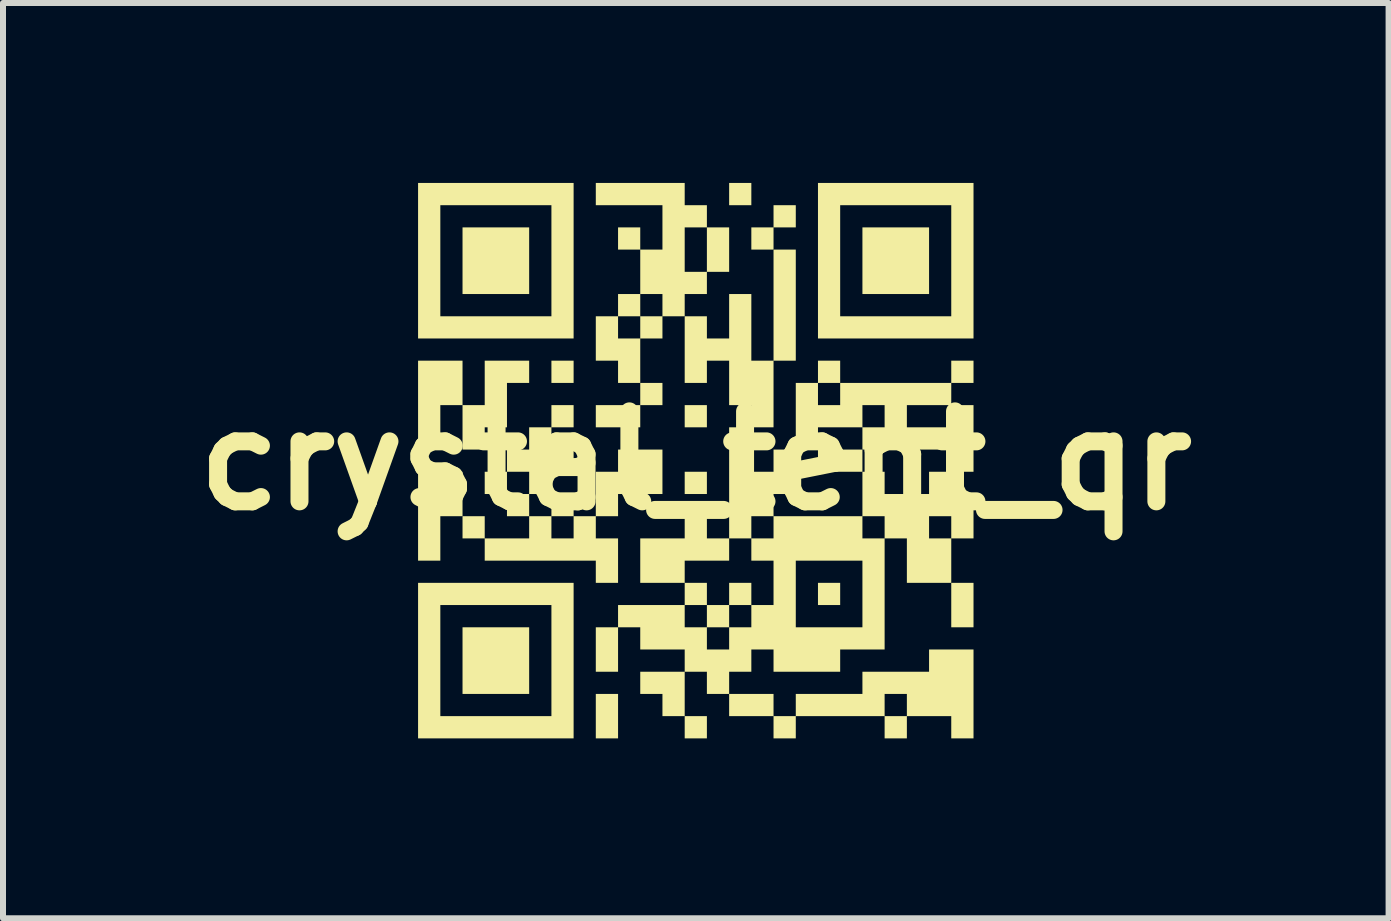
<source format=kicad_pcb>
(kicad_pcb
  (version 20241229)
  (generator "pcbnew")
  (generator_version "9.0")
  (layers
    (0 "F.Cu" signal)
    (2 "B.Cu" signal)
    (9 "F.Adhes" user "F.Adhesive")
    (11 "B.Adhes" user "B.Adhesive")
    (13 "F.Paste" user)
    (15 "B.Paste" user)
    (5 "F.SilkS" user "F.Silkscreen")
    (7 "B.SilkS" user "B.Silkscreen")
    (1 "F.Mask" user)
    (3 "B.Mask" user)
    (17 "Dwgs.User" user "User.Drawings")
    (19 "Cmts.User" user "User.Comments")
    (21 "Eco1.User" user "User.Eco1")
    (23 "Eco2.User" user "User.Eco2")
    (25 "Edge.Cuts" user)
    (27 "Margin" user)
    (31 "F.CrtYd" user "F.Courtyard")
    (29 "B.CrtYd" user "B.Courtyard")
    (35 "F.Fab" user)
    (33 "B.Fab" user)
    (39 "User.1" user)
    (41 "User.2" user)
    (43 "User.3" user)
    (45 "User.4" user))
  (footprint "crystal_tent_qr"
    (layer "F.Cu")
    (at 8.55 4.63)
    (property "Reference" "crystal_tent_qr" (at 0 0 0) (layer "F.SilkS") (effects (font (size 1.5 1.5) (thickness 0.3))))
    (attr board_only exclude_from_pos_files exclude_from_bom)
    (fp_poly (pts (xy -2.778 -3.333) (xy -2.778 -2.778) (xy -3.333 -2.778) (xy -3.889 -2.778) (xy -3.889 -3.333) (xy -3.889 -3.889) (xy -3.333 -3.889) (xy -2.778 -3.889)) (stroke (width 0) (type solid)) (fill yes) (layer "F.SilkS"))
    (fp_poly (pts (xy -2.778 3.333) (xy -2.778 3.889) (xy -3.333 3.889) (xy -3.889 3.889) (xy -3.889 3.333) (xy -3.889 2.778) (xy -3.333 2.778) (xy -2.778 2.778)) (stroke (width 0) (type solid)) (fill yes) (layer "F.SilkS"))
    (fp_poly (pts (xy -2.037 -1.482) (xy -2.037 -1.296) (xy -2.222 -1.296) (xy -2.407 -1.296) (xy -2.407 -1.482) (xy -2.407 -1.667) (xy -2.222 -1.667) (xy -2.037 -1.667)) (stroke (width 0) (type solid)) (fill yes) (layer "F.SilkS"))
    (fp_poly (pts (xy -1.296 4.259) (xy -1.296 4.63) (xy -1.482 4.63) (xy -1.667 4.63) (xy -1.667 4.259) (xy -1.667 3.889) (xy -1.482 3.889) (xy -1.296 3.889)) (stroke (width 0) (type solid)) (fill yes) (layer "F.SilkS"))
    (fp_poly (pts (xy 0.185 -0.741) (xy 0.185 -0.556) (xy 0 -0.556) (xy -0.185 -0.556) (xy -0.185 -0.741) (xy -0.185 -0.926) (xy 0 -0.926) (xy 0.185 -0.926)) (stroke (width 0) (type solid)) (fill yes) (layer "F.SilkS"))
    (fp_poly (pts (xy 0.185 0.37) (xy 0.185 0.556) (xy 0 0.556) (xy -0.185 0.556) (xy -0.185 0.37) (xy -0.185 0.185) (xy 0 0.185) (xy 0.185 0.185)) (stroke (width 0) (type solid)) (fill yes) (layer "F.SilkS"))
    (fp_poly (pts (xy 0.185 4.445) (xy 0.185 4.63) (xy 0 4.63) (xy -0.185 4.63) (xy -0.185 4.445) (xy -0.185 4.259) (xy 0 4.259) (xy 0.185 4.259)) (stroke (width 0) (type solid)) (fill yes) (layer "F.SilkS"))
    (fp_poly (pts (xy 0.926 -4.445) (xy 0.926 -4.259) (xy 0.741 -4.259) (xy 0.556 -4.259) (xy 0.556 -4.445) (xy 0.556 -4.63) (xy 0.741 -4.63) (xy 0.926 -4.63)) (stroke (width 0) (type solid)) (fill yes) (layer "F.SilkS"))
    (fp_poly (pts (xy 2.407 2.222) (xy 2.407 2.407) (xy 2.222 2.407) (xy 2.037 2.407) (xy 2.037 2.222) (xy 2.037 2.037) (xy 2.222 2.037) (xy 2.407 2.037)) (stroke (width 0) (type solid)) (fill yes) (layer "F.SilkS"))
    (fp_poly (pts (xy 2.778 0) (xy 2.778 0.185) (xy 2.407 0.185) (xy 2.037 0.185) (xy 2.037 0) (xy 2.037 -0.185) (xy 2.407 -0.185) (xy 2.778 -0.185)) (stroke (width 0) (type solid)) (fill yes) (layer "F.SilkS"))
    (fp_poly (pts (xy 3.889 -3.333) (xy 3.889 -2.778) (xy 3.333 -2.778) (xy 2.778 -2.778) (xy 2.778 -3.333) (xy 2.778 -3.889) (xy 3.333 -3.889) (xy 3.889 -3.889)) (stroke (width 0) (type solid)) (fill yes) (layer "F.SilkS"))
    (fp_poly (pts (xy 4.63 2.407) (xy 4.63 2.778) (xy 4.445 2.778) (xy 4.259 2.778) (xy 4.259 2.407) (xy 4.259 2.037) (xy 4.445 2.037) (xy 4.63 2.037)) (stroke (width 0) (type solid)) (fill yes) (layer "F.SilkS"))
    (fp_poly (pts (xy -3.889 0.556) (xy -3.889 0.926) (xy -4.074 0.926) (xy -4.259 0.926) (xy -4.259 1.296) (xy -4.259 1.667) (xy -4.445 1.667) (xy -4.63 1.667) (xy -4.63 0.926) (xy -4.63 0.185) (xy -4.259 0.185) (xy -3.889 0.185)) (stroke (width 0) (type solid)) (fill yes) (layer "F.SilkS"))
    (fp_poly (pts (xy -0.556 -1.111) (xy -0.556 -0.926) (xy -0.741 -0.926) (xy -0.926 -0.926) (xy -0.926 -0.741) (xy -0.926 -0.556) (xy -1.296 -0.556) (xy -1.667 -0.556) (xy -1.667 -0.741) (xy -1.667 -0.926) (xy -1.296 -0.926) (xy -0.926 -0.926) (xy -0.926 -1.111) (xy -0.926 -1.296) (xy -0.741 -1.296) (xy -0.556 -1.296)) (stroke (width 0) (type solid)) (fill yes) (layer "F.SilkS"))
    (fp_poly (pts (xy 0.926 2.222) (xy 0.926 2.407) (xy 0.741 2.407) (xy 0.556 2.407) (xy 0.556 2.593) (xy 0.556 2.778) (xy 0.37 2.778) (xy 0.185 2.778) (xy 0.185 2.593) (xy 0.185 2.407) (xy 0.37 2.407) (xy 0.556 2.407) (xy 0.556 2.222) (xy 0.556 2.037) (xy 0.741 2.037) (xy 0.926 2.037)) (stroke (width 0) (type solid)) (fill yes) (layer "F.SilkS"))
    (fp_poly (pts (xy 1.667 -4.074) (xy 1.667 -3.889) (xy 1.482 -3.889) (xy 1.296 -3.889) (xy 1.296 -3.704) (xy 1.296 -3.519) (xy 1.111 -3.519) (xy 0.926 -3.519) (xy 0.926 -3.704) (xy 0.926 -3.889) (xy 1.111 -3.889) (xy 1.296 -3.889) (xy 1.296 -4.074) (xy 1.296 -4.259) (xy 1.482 -4.259) (xy 1.667 -4.259)) (stroke (width 0) (type solid)) (fill yes) (layer "F.SilkS"))
    (fp_poly (pts (xy -2.037 -3.333) (xy -2.037 -2.037) (xy -3.333 -2.037) (xy -4.63 -2.037) (xy -4.63 -3.333) (xy -4.63 -4.259) (xy -4.259 -4.259) (xy -4.259 -3.333) (xy -4.259 -2.407) (xy -3.333 -2.407) (xy -2.407 -2.407) (xy -2.407 -3.333) (xy -2.407 -4.259) (xy -3.333 -4.259) (xy -4.259 -4.259) (xy -4.63 -4.259) (xy -4.63 -4.63) (xy -3.333 -4.63) (xy -2.037 -4.63)) (stroke (width 0) (type solid)) (fill yes) (layer "F.SilkS"))
    (fp_poly (pts (xy -2.037 3.333) (xy -2.037 4.63) (xy -3.333 4.63) (xy -4.63 4.63) (xy -4.63 3.333) (xy -4.63 2.407) (xy -4.259 2.407) (xy -4.259 3.333) (xy -4.259 4.259) (xy -3.333 4.259) (xy -2.407 4.259) (xy -2.407 3.333) (xy -2.407 2.407) (xy -3.333 2.407) (xy -4.259 2.407) (xy -4.63 2.407) (xy -4.63 2.037) (xy -3.333 2.037) (xy -2.037 2.037)) (stroke (width 0) (type solid)) (fill yes) (layer "F.SilkS"))
    (fp_poly (pts (xy 4.63 -3.333) (xy 4.63 -2.037) (xy 3.333 -2.037) (xy 2.037 -2.037) (xy 2.037 -3.333) (xy 2.037 -4.259) (xy 2.407 -4.259) (xy 2.407 -3.333) (xy 2.407 -2.407) (xy 3.333 -2.407) (xy 4.259 -2.407) (xy 4.259 -3.333) (xy 4.259 -4.259) (xy 3.333 -4.259) (xy 2.407 -4.259) (xy 2.037 -4.259) (xy 2.037 -4.63) (xy 3.333 -4.63) (xy 4.63 -4.63)) (stroke (width 0) (type solid)) (fill yes) (layer "F.SilkS"))
    (fp_poly (pts (xy -3.889 -1.296) (xy -3.889 -0.926) (xy -3.704 -0.926) (xy -3.519 -0.926) (xy -3.519 -1.296) (xy -3.519 -1.667) (xy -3.148 -1.667) (xy -2.778 -1.667) (xy -2.778 -1.482) (xy -2.778 -1.296) (xy -2.963 -1.296) (xy -3.148 -1.296) (xy -3.148 -0.926) (xy -3.148 -0.556) (xy -3.333 -0.556) (xy -3.519 -0.556) (xy -3.519 -0.37) (xy -3.519 -0.185) (xy -3.704 -0.185) (xy -3.889 -0.185) (xy -3.889 -0.556) (xy -3.889 -0.926) (xy -4.074 -0.926) (xy -4.259 -0.926) (xy -4.259 -0.556) (xy -4.259 -0.185) (xy -4.445 -0.185) (xy -4.63 -0.185) (xy -4.63 -0.926) (xy -4.63 -1.667) (xy -4.259 -1.667) (xy -3.889 -1.667)) (stroke (width 0) (type solid)) (fill yes) (layer "F.SilkS"))
    (fp_poly (pts (xy 4.63 3.889) (xy 4.63 4.63) (xy 4.445 4.63) (xy 4.259 4.63) (xy 4.259 4.445) (xy 4.259 4.259) (xy 3.889 4.259) (xy 3.519 4.259) (xy 3.519 4.445) (xy 3.519 4.63) (xy 3.333 4.63) (xy 3.148 4.63) (xy 3.148 4.445) (xy 3.148 4.259) (xy 2.407 4.259) (xy 1.667 4.259) (xy 1.667 4.445) (xy 1.667 4.63) (xy 1.482 4.63) (xy 1.296 4.63) (xy 1.296 4.445) (xy 1.296 4.259) (xy 0.926 4.259) (xy 0.556 4.259) (xy 0.556 4.074) (xy 0.556 3.889) (xy 0.926 3.889) (xy 1.296 3.889) (xy 1.296 4.074) (xy 1.296 4.259) (xy 1.482 4.259) (xy 1.667 4.259) (xy 1.667 4.074) (xy 1.667 3.889) (xy 2.222 3.889) (xy 2.778 3.889) (xy 3.148 3.889) (xy 3.148 4.074) (xy 3.148 4.259) (xy 3.333 4.259) (xy 3.519 4.259) (xy 3.519 4.074) (xy 3.519 3.889) (xy 3.333 3.889) (xy 3.148 3.889) (xy 2.778 3.889) (xy 2.778 3.704) (xy 2.778 3.519) (xy 3.333 3.519) (xy 3.889 3.519) (xy 3.889 3.333) (xy 3.889 3.148) (xy 4.259 3.148) (xy 4.63 3.148)) (stroke (width 0) (type solid)) (fill yes) (layer "F.SilkS"))
    (fp_poly (pts (xy -0.185 -4.445) (xy -0.185 -4.259) (xy 0 -4.259) (xy 0.185 -4.259) (xy 0.185 -4.074) (xy 0.185 -3.889) (xy 0 -3.889) (xy -0.185 -3.889) (xy -0.185 -3.519) (xy -0.185 -3.148) (xy 0 -3.148) (xy 0.185 -3.148) (xy 0.185 -3.519) (xy 0.185 -3.889) (xy 0.37 -3.889) (xy 0.556 -3.889) (xy 0.556 -3.519) (xy 0.556 -3.148) (xy 0.37 -3.148) (xy 0.185 -3.148) (xy 0.185 -2.963) (xy 0.185 -2.778) (xy 0 -2.778) (xy -0.185 -2.778) (xy -0.185 -2.593) (xy -0.185 -2.407) (xy -0.37 -2.407) (xy -0.556 -2.407) (xy -0.556 -2.222) (xy -0.556 -2.037) (xy -0.741 -2.037) (xy -0.926 -2.037) (xy -0.926 -1.667) (xy -0.926 -1.296) (xy -1.111 -1.296) (xy -1.296 -1.296) (xy -1.296 -1.482) (xy -1.296 -1.667) (xy -1.482 -1.667) (xy -1.667 -1.667) (xy -1.667 -2.037) (xy -1.296 -2.037) (xy -1.111 -2.037) (xy -0.926 -2.037) (xy -0.926 -2.222) (xy -0.926 -2.407) (xy -0.741 -2.407) (xy -0.556 -2.407) (xy -0.556 -2.593) (xy -0.556 -2.778) (xy -0.741 -2.778) (xy -0.926 -2.778) (xy -0.926 -2.593) (xy -0.926 -2.407) (xy -1.111 -2.407) (xy -1.296 -2.407) (xy -1.296 -2.222) (xy -1.296 -2.037) (xy -1.667 -2.037) (xy -1.667 -2.407) (xy -1.482 -2.407) (xy -1.296 -2.407) (xy -1.296 -2.593) (xy -1.296 -2.778) (xy -1.111 -2.778) (xy -0.926 -2.778) (xy -0.926 -3.148) (xy -0.926 -3.519) (xy -1.111 -3.519) (xy -1.296 -3.519) (xy -1.296 -3.704) (xy -1.296 -3.889) (xy -1.111 -3.889) (xy -0.926 -3.889) (xy -0.926 -3.704) (xy -0.926 -3.519) (xy -0.741 -3.519) (xy -0.556 -3.519) (xy -0.556 -3.889) (xy -0.556 -4.259) (xy -1.111 -4.259) (xy -1.667 -4.259) (xy -1.667 -4.445) (xy -1.667 -4.63) (xy -0.926 -4.63) (xy -0.185 -4.63)) (stroke (width 0) (type solid)) (fill yes) (layer "F.SilkS"))
    (fp_poly (pts (xy -2.037 -0.741) (xy -2.037 -0.556) (xy -2.222 -0.556) (xy -2.407 -0.556) (xy -2.407 -0.37) (xy -2.407 -0.185) (xy -2.222 -0.185) (xy -2.037 -0.185) (xy -2.037 0) (xy -2.037 0.185) (xy -2.222 0.185) (xy -2.407 0.185) (xy -2.407 0.37) (xy -2.407 0.556) (xy -2.593 0.556) (xy -2.778 0.556) (xy -2.778 0.741) (xy -2.778 0.926) (xy -2.593 0.926) (xy -2.407 0.926) (xy -2.407 1.111) (xy -2.407 1.296) (xy -2.222 1.296) (xy -2.037 1.296) (xy -2.037 1.111) (xy -2.037 0.926) (xy -2.222 0.926) (xy -2.407 0.926) (xy -2.407 0.741) (xy -2.407 0.556) (xy -2.222 0.556) (xy -2.037 0.556) (xy -2.037 0.741) (xy -2.037 0.926) (xy -1.852 0.926) (xy -1.667 0.926) (xy -1.667 0.556) (xy -1.667 0.185) (xy -1.482 0.185) (xy -1.296 0.185) (xy -1.296 0) (xy -1.296 -0.185) (xy -0.926 -0.185) (xy -0.556 -0.185) (xy -0.556 0.185) (xy -0.556 0.556) (xy -0.926 0.556) (xy -1.296 0.556) (xy -1.296 0.741) (xy -1.296 0.926) (xy -1.482 0.926) (xy -1.667 0.926) (xy -1.667 1.111) (xy -1.667 1.296) (xy -1.482 1.296) (xy -1.296 1.296) (xy -1.296 1.667) (xy -1.296 2.037) (xy -1.482 2.037) (xy -1.667 2.037) (xy -1.667 1.852) (xy -1.667 1.667) (xy -2.593 1.667) (xy -3.519 1.667) (xy -3.519 1.482) (xy -3.519 1.296) (xy -3.704 1.296) (xy -3.889 1.296) (xy -3.889 1.111) (xy -3.889 0.926) (xy -3.704 0.926) (xy -3.519 0.926) (xy -3.519 1.111) (xy -3.519 1.296) (xy -3.148 1.296) (xy -2.778 1.296) (xy -2.778 1.111) (xy -2.778 0.926) (xy -2.963 0.926) (xy -3.148 0.926) (xy -3.148 0.741) (xy -3.148 0.556) (xy -3.333 0.556) (xy -3.519 0.556) (xy -3.519 0.37) (xy -3.519 0.185) (xy -3.333 0.185) (xy -3.148 0.185) (xy -3.148 0.37) (xy -3.148 0.556) (xy -2.963 0.556) (xy -2.778 0.556) (xy -2.778 0.37) (xy -2.778 0.185) (xy -2.963 0.185) (xy -3.148 0.185) (xy -3.148 0) (xy -3.148 -0.185) (xy -2.963 -0.185) (xy -2.778 -0.185) (xy -2.778 -0.37) (xy -2.778 -0.556) (xy -2.593 -0.556) (xy -2.407 -0.556) (xy -2.407 -0.741) (xy -2.407 -0.926) (xy -2.222 -0.926) (xy -2.037 -0.926)) (stroke (width 0) (type solid)) (fill yes) (layer "F.SilkS"))
    (fp_poly (pts (xy 1.667 -2.593) (xy 1.667 -1.667) (xy 1.482 -1.667) (xy 1.296 -1.667) (xy 1.296 -1.111) (xy 1.296 -0.556) (xy 1.111 -0.556) (xy 0.926 -0.556) (xy 0.926 -0.185) (xy 0.926 0.185) (xy 1.111 0.185) (xy 1.296 0.185) (xy 1.296 0) (xy 1.296 -0.185) (xy 1.482 -0.185) (xy 1.667 -0.185) (xy 1.667 -0.741) (xy 1.667 -1.296) (xy 1.852 -1.296) (xy 2.037 -1.296) (xy 2.037 -1.111) (xy 2.037 -0.926) (xy 2.222 -0.926) (xy 2.407 -0.926) (xy 2.407 -1.111) (xy 2.407 -1.296) (xy 2.222 -1.296) (xy 2.037 -1.296) (xy 2.037 -1.482) (xy 2.037 -1.667) (xy 2.222 -1.667) (xy 2.407 -1.667) (xy 2.407 -1.482) (xy 2.407 -1.296) (xy 3.333 -1.296) (xy 4.259 -1.296) (xy 4.259 -1.482) (xy 4.259 -1.667) (xy 4.445 -1.667) (xy 4.63 -1.667) (xy 4.63 -1.482) (xy 4.63 -1.296) (xy 4.445 -1.296) (xy 4.259 -1.296) (xy 4.259 -1.111) (xy 4.259 -0.926) (xy 3.889 -0.926) (xy 3.519 -0.926) (xy 3.519 -0.741) (xy 3.519 -0.556) (xy 3.889 -0.556) (xy 4.259 -0.556) (xy 4.259 -0.741) (xy 4.259 -0.926) (xy 4.445 -0.926) (xy 4.63 -0.926) (xy 4.63 -0.37) (xy 4.63 0.185) (xy 4.445 0.185) (xy 4.259 0.185) (xy 4.259 0.37) (xy 4.259 0.556) (xy 4.445 0.556) (xy 4.63 0.556) (xy 4.63 0.926) (xy 4.63 1.296) (xy 4.445 1.296) (xy 4.259 1.296) (xy 4.259 1.667) (xy 4.259 2.037) (xy 3.889 2.037) (xy 3.519 2.037) (xy 3.519 1.667) (xy 3.519 1.296) (xy 3.333 1.296) (xy 3.148 1.296) (xy 3.148 2.222) (xy 3.148 3.148) (xy 2.778 3.148) (xy 2.407 3.148) (xy 2.407 3.333) (xy 2.407 3.519) (xy 1.852 3.519) (xy 1.296 3.519) (xy 1.296 3.333) (xy 1.296 3.148) (xy 1.111 3.148) (xy 0.926 3.148) (xy 0.926 3.333) (xy 0.926 3.519) (xy 0.741 3.519) (xy 0.556 3.519) (xy 0.556 3.704) (xy 0.556 3.889) (xy 0.37 3.889) (xy 0.185 3.889) (xy 0.185 3.704) (xy 0.185 3.519) (xy 0 3.519) (xy -0.185 3.519) (xy -0.185 3.889) (xy -0.185 4.259) (xy -0.37 4.259) (xy -0.556 4.259) (xy -0.556 4.074) (xy -0.556 3.889) (xy -0.741 3.889) (xy -0.926 3.889) (xy -0.926 3.704) (xy -0.926 3.519) (xy -0.556 3.519) (xy -0.185 3.519) (xy -0.185 3.333) (xy -0.185 3.148) (xy -0.556 3.148) (xy -0.926 3.148) (xy -0.926 2.963) (xy -0.926 2.778) (xy -1.111 2.778) (xy -1.296 2.778) (xy -1.296 3.148) (xy -1.296 3.519) (xy -1.482 3.519) (xy -1.667 3.519) (xy -1.667 3.148) (xy -1.667 2.778) (xy -1.482 2.778) (xy -1.296 2.778) (xy -1.296 2.593) (xy -1.296 2.407) (xy -0.741 2.407) (xy -0.185 2.407) (xy -0.185 2.222) (xy -0.185 2.037) (xy 0 2.037) (xy 0.185 2.037) (xy 0.185 2.222) (xy 0.185 2.407) (xy 0 2.407) (xy -0.185 2.407) (xy -0.185 2.593) (xy -0.185 2.778) (xy 0 2.778) (xy 0.185 2.778) (xy 0.185 2.963) (xy 0.185 3.148) (xy 0.37 3.148) (xy 0.556 3.148) (xy 0.556 2.963) (xy 0.556 2.778) (xy 0.741 2.778) (xy 0.926 2.778) (xy 0.926 2.593) (xy 0.926 2.407) (xy 1.111 2.407) (xy 1.296 2.407) (xy 1.296 2.037) (xy 1.296 1.667) (xy 1.667 1.667) (xy 1.667 2.222) (xy 1.667 2.778) (xy 2.222 2.778) (xy 2.778 2.778) (xy 2.778 2.222) (xy 2.778 1.667) (xy 2.222 1.667) (xy 1.667 1.667) (xy 1.296 1.667) (xy 1.111 1.667) (xy 0.926 1.667) (xy 0.926 1.482) (xy 0.926 1.296) (xy 1.111 1.296) (xy 1.296 1.296) (xy 1.296 1.111) (xy 1.296 0.926) (xy 2.037 0.926) (xy 2.778 0.926) (xy 2.778 1.111) (xy 2.778 1.296) (xy 2.963 1.296) (xy 3.148 1.296) (xy 3.148 1.111) (xy 3.148 0.926) (xy 3.889 0.926) (xy 3.889 1.111) (xy 3.889 1.296) (xy 4.074 1.296) (xy 4.259 1.296) (xy 4.259 1.111) (xy 4.259 0.926) (xy 4.074 0.926) (xy 3.889 0.926) (xy 3.148 0.926) (xy 2.963 0.926) (xy 2.778 0.926) (xy 2.778 0.556) (xy 2.778 0.185) (xy 2.963 0.185) (xy 3.148 0.185) (xy 3.148 0.37) (xy 3.148 0.556) (xy 3.519 0.556) (xy 3.889 0.556) (xy 3.889 0.37) (xy 3.889 0.185) (xy 4.074 0.185) (xy 4.259 0.185) (xy 4.259 0) (xy 4.259 -0.185) (xy 3.519 -0.185) (xy 2.778 -0.185) (xy 2.778 -0.37) (xy 2.778 -0.556) (xy 2.963 -0.556) (xy 3.148 -0.556) (xy 3.148 -0.741) (xy 3.148 -0.926) (xy 2.963 -0.926) (xy 2.778 -0.926) (xy 2.778 -0.741) (xy 2.778 -0.556) (xy 2.407 -0.556) (xy 2.037 -0.556) (xy 2.037 -0.37) (xy 2.037 -0.185) (xy 1.852 -0.185) (xy 1.667 -0.185) (xy 1.667 0.185) (xy 1.667 0.556) (xy 1.482 0.556) (xy 1.296 0.556) (xy 1.296 0.741) (xy 1.296 0.926) (xy 1.111 0.926) (xy 0.926 0.926) (xy 0.926 1.111) (xy 0.926 1.296) (xy 0.741 1.296) (xy 0.556 1.296) (xy 0.556 1.482) (xy 0.556 1.667) (xy 0.185 1.667) (xy -0.185 1.667) (xy -0.185 1.852) (xy -0.185 2.037) (xy -0.556 2.037) (xy -0.926 2.037) (xy -0.926 1.667) (xy -0.926 1.296) (xy -0.556 1.296) (xy -0.185 1.296) (xy -0.185 1.111) (xy -0.185 0.926) (xy 0 0.926) (xy 0.185 0.926) (xy 0.185 1.111) (xy 0.185 1.296) (xy 0.37 1.296) (xy 0.556 1.296) (xy 0.556 0.37) (xy 0.556 -0.556) (xy 0.741 -0.556) (xy 0.926 -0.556) (xy 0.926 -0.741) (xy 0.926 -0.926) (xy 0.741 -0.926) (xy 0.556 -0.926) (xy 0.556 -1.296) (xy 0.556 -1.667) (xy 0.37 -1.667) (xy 0.185 -1.667) (xy 0.185 -1.482) (xy 0.185 -1.296) (xy 0 -1.296) (xy -0.185 -1.296) (xy -0.185 -1.852) (xy -0.185 -2.407) (xy 0 -2.407) (xy 0.185 -2.407) (xy 0.185 -2.222) (xy 0.185 -2.037) (xy 0.37 -2.037) (xy 0.556 -2.037) (xy 0.556 -2.407) (xy 0.556 -2.778) (xy 0.741 -2.778) (xy 0.926 -2.778) (xy 0.926 -2.222) (xy 0.926 -1.667) (xy 1.111 -1.667) (xy 1.296 -1.667) (xy 1.296 -2.593) (xy 1.296 -3.519) (xy 1.482 -3.519) (xy 1.667 -3.519)) (stroke (width 0) (type solid)) (fill yes) (layer "F.SilkS")))
  (gr_rect
    (start -3 -3)
    (end 20.1 12.259)
    (stroke (width 0.1) (type default))
    (fill no)
    (layer "Edge.Cuts")))
</source>
